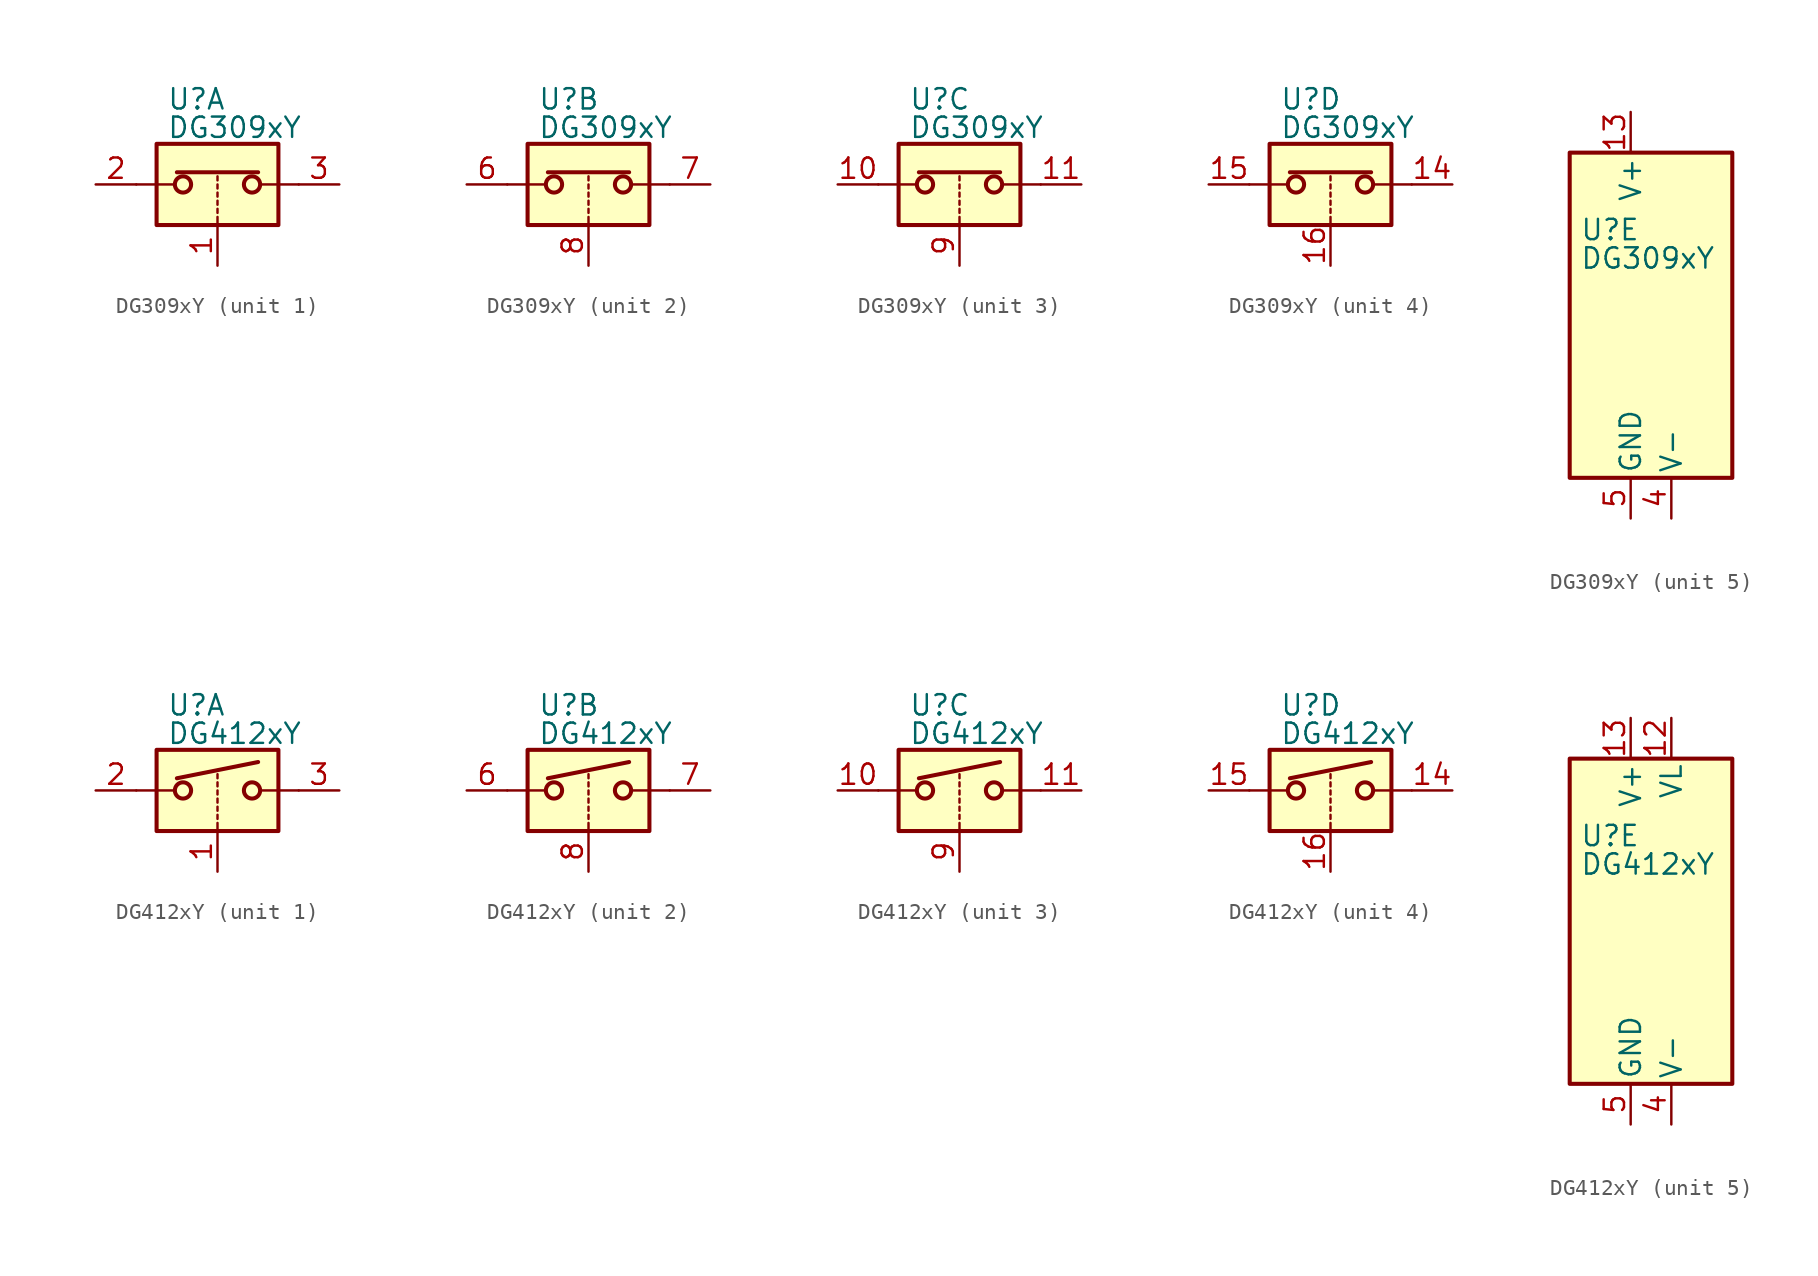
<source format=kicad_sym>
(kicad_symbol_lib
  (version 20201005)
  (generator kicad_symbol_editor)
  (symbol "DG309xY"
    (pin_names
      (offset 0.254))
    (property "Reference" "U"
      (at -3.175 5.334 0)
      (effects (font (size 1.27 1.27)) (justify left)))
    (property "Value" "DG309xY"
      (at -3.175 3.556 0)
      (effects (font (size 1.27 1.27)) (justify left)))
    (symbol "DG309xY_1_1"
      (circle (center -2.159 0) (radius 0.508) (stroke (width 0.254)) (fill (type none)))
      (circle (center 2.159 0) (radius 0.508) (stroke (width 0.254)) (fill (type none)))
      (rectangle (start -3.81 2.54) (end 3.81 -2.54) (stroke (width 0.254)) (fill (type background)))
      (polyline (pts (xy -5.08 0) (xy -2.794 0)) (stroke (width 0)) (fill (type none)))
      (polyline (pts (xy -2.54 0.762) (xy 2.54 0.762)) (stroke (width 0.254)) (fill (type none)))
      (polyline (pts (xy 0 -2.54) (xy 0 -2.032)) (stroke (width 0)) (fill (type none)))
      (polyline (pts (xy 0 -1.778) (xy 0 -1.524)) (stroke (width 0)) (fill (type none)))
      (polyline (pts (xy 0 -1.27) (xy 0 -1.016)) (stroke (width 0)) (fill (type none)))
      (polyline (pts (xy 0 -0.762) (xy 0 -0.508)) (stroke (width 0)) (fill (type none)))
      (polyline (pts (xy 0 -0.254) (xy 0 0)) (stroke (width 0)) (fill (type none)))
      (polyline (pts (xy 0 0.254) (xy 0 0.508)) (stroke (width 0)) (fill (type none)))
      (polyline (pts (xy 5.08 0) (xy 2.794 0)) (stroke (width 0)) (fill (type none)))
      (pin input line (at 0 -5.08 90) (length 2.54) (name "~" (effects (font (size 1.27 1.27)))) (number "1" (effects (font (size 1.27 1.27)))))
      (pin passive line (at -7.62 0 0) (length 2.54) (name "~" (effects (font (size 1.27 1.27)))) (number "2" (effects (font (size 1.27 1.27)))))
      (pin passive line (at 7.62 0 180) (length 2.54) (name "~" (effects (font (size 1.27 1.27)))) (number "3" (effects (font (size 1.27 1.27))))))
    (symbol "DG309xY_2_1"
      (circle (center -2.159 0) (radius 0.508) (stroke (width 0.254)) (fill (type none)))
      (circle (center 2.159 0) (radius 0.508) (stroke (width 0.254)) (fill (type none)))
      (rectangle (start -3.81 2.54) (end 3.81 -2.54) (stroke (width 0.254)) (fill (type background)))
      (polyline (pts (xy -5.08 0) (xy -2.794 0)) (stroke (width 0)) (fill (type none)))
      (polyline (pts (xy -2.54 0.762) (xy 2.54 0.762)) (stroke (width 0.254)) (fill (type none)))
      (polyline (pts (xy 0 -2.54) (xy 0 -2.032)) (stroke (width 0)) (fill (type none)))
      (polyline (pts (xy 0 -1.778) (xy 0 -1.524)) (stroke (width 0)) (fill (type none)))
      (polyline (pts (xy 0 -1.27) (xy 0 -1.016)) (stroke (width 0)) (fill (type none)))
      (polyline (pts (xy 0 -0.762) (xy 0 -0.508)) (stroke (width 0)) (fill (type none)))
      (polyline (pts (xy 0 -0.254) (xy 0 0)) (stroke (width 0)) (fill (type none)))
      (polyline (pts (xy 0 0.254) (xy 0 0.508)) (stroke (width 0)) (fill (type none)))
      (polyline (pts (xy 5.08 0) (xy 2.794 0)) (stroke (width 0)) (fill (type none)))
      (pin passive line (at -7.62 0 0) (length 2.54) (name "~" (effects (font (size 1.27 1.27)))) (number "6" (effects (font (size 1.27 1.27)))))
      (pin passive line (at 7.62 0 180) (length 2.54) (name "~" (effects (font (size 1.27 1.27)))) (number "7" (effects (font (size 1.27 1.27)))))
      (pin input line (at 0 -5.08 90) (length 2.54) (name "~" (effects (font (size 1.27 1.27)))) (number "8" (effects (font (size 1.27 1.27))))))
    (symbol "DG309xY_3_1"
      (circle (center -2.159 0) (radius 0.508) (stroke (width 0.254)) (fill (type none)))
      (circle (center 2.159 0) (radius 0.508) (stroke (width 0.254)) (fill (type none)))
      (rectangle (start -3.81 2.54) (end 3.81 -2.54) (stroke (width 0.254)) (fill (type background)))
      (polyline (pts (xy -5.08 0) (xy -2.794 0)) (stroke (width 0)) (fill (type none)))
      (polyline (pts (xy -2.54 0.762) (xy 2.54 0.762)) (stroke (width 0.254)) (fill (type none)))
      (polyline (pts (xy 0 -2.54) (xy 0 -2.032)) (stroke (width 0)) (fill (type none)))
      (polyline (pts (xy 0 -1.778) (xy 0 -1.524)) (stroke (width 0)) (fill (type none)))
      (polyline (pts (xy 0 -1.27) (xy 0 -1.016)) (stroke (width 0)) (fill (type none)))
      (polyline (pts (xy 0 -0.762) (xy 0 -0.508)) (stroke (width 0)) (fill (type none)))
      (polyline (pts (xy 0 -0.254) (xy 0 0)) (stroke (width 0)) (fill (type none)))
      (polyline (pts (xy 0 0.254) (xy 0 0.508)) (stroke (width 0)) (fill (type none)))
      (polyline (pts (xy 5.08 0) (xy 2.794 0)) (stroke (width 0)) (fill (type none)))
      (pin passive line (at -7.62 0 0) (length 2.54) (name "~" (effects (font (size 1.27 1.27)))) (number "10" (effects (font (size 1.27 1.27)))))
      (pin passive line (at 7.62 0 180) (length 2.54) (name "~" (effects (font (size 1.27 1.27)))) (number "11" (effects (font (size 1.27 1.27)))))
      (pin input line (at 0 -5.08 90) (length 2.54) (name "~" (effects (font (size 1.27 1.27)))) (number "9" (effects (font (size 1.27 1.27))))))
    (symbol "DG309xY_4_1"
      (circle (center -2.159 0) (radius 0.508) (stroke (width 0.254)) (fill (type none)))
      (circle (center 2.159 0) (radius 0.508) (stroke (width 0.254)) (fill (type none)))
      (rectangle (start -3.81 2.54) (end 3.81 -2.54) (stroke (width 0.254)) (fill (type background)))
      (polyline (pts (xy -5.08 0) (xy -2.794 0)) (stroke (width 0)) (fill (type none)))
      (polyline (pts (xy -2.54 0.762) (xy 2.54 0.762)) (stroke (width 0.254)) (fill (type none)))
      (polyline (pts (xy 0 -2.54) (xy 0 -2.032)) (stroke (width 0)) (fill (type none)))
      (polyline (pts (xy 0 -1.778) (xy 0 -1.524)) (stroke (width 0)) (fill (type none)))
      (polyline (pts (xy 0 -1.27) (xy 0 -1.016)) (stroke (width 0)) (fill (type none)))
      (polyline (pts (xy 0 -0.762) (xy 0 -0.508)) (stroke (width 0)) (fill (type none)))
      (polyline (pts (xy 0 -0.254) (xy 0 0)) (stroke (width 0)) (fill (type none)))
      (polyline (pts (xy 0 0.254) (xy 0 0.508)) (stroke (width 0)) (fill (type none)))
      (polyline (pts (xy 5.08 0) (xy 2.794 0)) (stroke (width 0)) (fill (type none)))
      (pin passive line (at 7.62 0 180) (length 2.54) (name "~" (effects (font (size 1.27 1.27)))) (number "14" (effects (font (size 1.27 1.27)))))
      (pin passive line (at -7.62 0 0) (length 2.54) (name "~" (effects (font (size 1.27 1.27)))) (number "15" (effects (font (size 1.27 1.27)))))
      (pin input line (at 0 -5.08 90) (length 2.54) (name "~" (effects (font (size 1.27 1.27)))) (number "16" (effects (font (size 1.27 1.27))))))
    (symbol "DG309xY_5_0"
      (pin no_connect line (at 2.54 10.16 270) (length 2.54) hide (name "NC" (effects (font (size 1.27 1.27)))) (number "12" (effects (font (size 1.27 1.27)))))
      (pin power_in line (at 0 12.7 270) (length 2.54) (name "V+" (effects (font (size 1.27 1.27)))) (number "13" (effects (font (size 1.27 1.27)))))
      (pin power_in line (at 2.54 -12.7 90) (length 2.54) (name "V-" (effects (font (size 1.27 1.27)))) (number "4" (effects (font (size 1.27 1.27)))))
      (pin power_in line (at 0 -12.7 90) (length 2.54) (name "GND" (effects (font (size 1.27 1.27)))) (number "5" (effects (font (size 1.27 1.27))))))
    (symbol "DG309xY_5_1"
      (rectangle (start -3.81 10.16) (end 6.35 -10.16) (stroke (width 0.254)) (fill (type background)))))
  (symbol "DG412xY"
    (pin_names
      (offset 0.254))
    (property "Reference" "U"
      (at -3.175 5.334 0)
      (effects (font (size 1.27 1.27)) (justify left)))
    (property "Value" "DG412xY"
      (at -3.175 3.556 0)
      (effects (font (size 1.27 1.27)) (justify left)))
    (symbol "DG412xY_1_1"
      (circle (center -2.159 0) (radius 0.508) (stroke (width 0.254)) (fill (type none)))
      (circle (center 2.159 0) (radius 0.508) (stroke (width 0.254)) (fill (type none)))
      (rectangle (start -3.81 2.54) (end 3.81 -2.54) (stroke (width 0.254)) (fill (type background)))
      (polyline (pts (xy -5.08 0) (xy -2.794 0)) (stroke (width 0)) (fill (type none)))
      (polyline (pts (xy -2.54 0.762) (xy 2.54 1.778)) (stroke (width 0.254)) (fill (type none)))
      (polyline (pts (xy 0 -2.54) (xy 0 -2.032)) (stroke (width 0)) (fill (type none)))
      (polyline (pts (xy 0 -1.778) (xy 0 -1.524)) (stroke (width 0)) (fill (type none)))
      (polyline (pts (xy 0 -1.27) (xy 0 -1.016)) (stroke (width 0)) (fill (type none)))
      (polyline (pts (xy 0 -0.762) (xy 0 -0.508)) (stroke (width 0)) (fill (type none)))
      (polyline (pts (xy 0 -0.254) (xy 0 0)) (stroke (width 0)) (fill (type none)))
      (polyline (pts (xy 0 0.254) (xy 0 0.508)) (stroke (width 0)) (fill (type none)))
      (polyline (pts (xy 0 0.762) (xy 0 1.016)) (stroke (width 0)) (fill (type none)))
      (polyline (pts (xy 5.08 0) (xy 2.794 0)) (stroke (width 0)) (fill (type none)))
      (pin input line (at 0 -5.08 90) (length 2.54) (name "~" (effects (font (size 1.27 1.27)))) (number "1" (effects (font (size 1.27 1.27)))))
      (pin passive line (at -7.62 0 0) (length 2.54) (name "~" (effects (font (size 1.27 1.27)))) (number "2" (effects (font (size 1.27 1.27)))))
      (pin passive line (at 7.62 0 180) (length 2.54) (name "~" (effects (font (size 1.27 1.27)))) (number "3" (effects (font (size 1.27 1.27))))))
    (symbol "DG412xY_2_1"
      (circle (center -2.159 0) (radius 0.508) (stroke (width 0.254)) (fill (type none)))
      (circle (center 2.159 0) (radius 0.508) (stroke (width 0.254)) (fill (type none)))
      (rectangle (start -3.81 2.54) (end 3.81 -2.54) (stroke (width 0.254)) (fill (type background)))
      (polyline (pts (xy -5.08 0) (xy -2.794 0)) (stroke (width 0)) (fill (type none)))
      (polyline (pts (xy -2.54 0.762) (xy 2.54 1.778)) (stroke (width 0.254)) (fill (type none)))
      (polyline (pts (xy 0 -2.54) (xy 0 -2.032)) (stroke (width 0)) (fill (type none)))
      (polyline (pts (xy 0 -1.778) (xy 0 -1.524)) (stroke (width 0)) (fill (type none)))
      (polyline (pts (xy 0 -1.27) (xy 0 -1.016)) (stroke (width 0)) (fill (type none)))
      (polyline (pts (xy 0 -0.762) (xy 0 -0.508)) (stroke (width 0)) (fill (type none)))
      (polyline (pts (xy 0 -0.254) (xy 0 0)) (stroke (width 0)) (fill (type none)))
      (polyline (pts (xy 0 0.254) (xy 0 0.508)) (stroke (width 0)) (fill (type none)))
      (polyline (pts (xy 0 0.762) (xy 0 1.016)) (stroke (width 0)) (fill (type none)))
      (polyline (pts (xy 5.08 0) (xy 2.794 0)) (stroke (width 0)) (fill (type none)))
      (pin passive line (at -7.62 0 0) (length 2.54) (name "~" (effects (font (size 1.27 1.27)))) (number "6" (effects (font (size 1.27 1.27)))))
      (pin passive line (at 7.62 0 180) (length 2.54) (name "~" (effects (font (size 1.27 1.27)))) (number "7" (effects (font (size 1.27 1.27)))))
      (pin input line (at 0 -5.08 90) (length 2.54) (name "~" (effects (font (size 1.27 1.27)))) (number "8" (effects (font (size 1.27 1.27))))))
    (symbol "DG412xY_3_1"
      (circle (center -2.159 0) (radius 0.508) (stroke (width 0.254)) (fill (type none)))
      (circle (center 2.159 0) (radius 0.508) (stroke (width 0.254)) (fill (type none)))
      (rectangle (start -3.81 2.54) (end 3.81 -2.54) (stroke (width 0.254)) (fill (type background)))
      (polyline (pts (xy -5.08 0) (xy -2.794 0)) (stroke (width 0)) (fill (type none)))
      (polyline (pts (xy -2.54 0.762) (xy 2.54 1.778)) (stroke (width 0.254)) (fill (type none)))
      (polyline (pts (xy 0 -2.54) (xy 0 -2.032)) (stroke (width 0)) (fill (type none)))
      (polyline (pts (xy 0 -1.778) (xy 0 -1.524)) (stroke (width 0)) (fill (type none)))
      (polyline (pts (xy 0 -1.27) (xy 0 -1.016)) (stroke (width 0)) (fill (type none)))
      (polyline (pts (xy 0 -0.762) (xy 0 -0.508)) (stroke (width 0)) (fill (type none)))
      (polyline (pts (xy 0 -0.254) (xy 0 0)) (stroke (width 0)) (fill (type none)))
      (polyline (pts (xy 0 0.254) (xy 0 0.508)) (stroke (width 0)) (fill (type none)))
      (polyline (pts (xy 0 0.762) (xy 0 1.016)) (stroke (width 0)) (fill (type none)))
      (polyline (pts (xy 5.08 0) (xy 2.794 0)) (stroke (width 0)) (fill (type none)))
      (pin passive line (at -7.62 0 0) (length 2.54) (name "~" (effects (font (size 1.27 1.27)))) (number "10" (effects (font (size 1.27 1.27)))))
      (pin passive line (at 7.62 0 180) (length 2.54) (name "~" (effects (font (size 1.27 1.27)))) (number "11" (effects (font (size 1.27 1.27)))))
      (pin input line (at 0 -5.08 90) (length 2.54) (name "~" (effects (font (size 1.27 1.27)))) (number "9" (effects (font (size 1.27 1.27))))))
    (symbol "DG412xY_4_1"
      (circle (center -2.159 0) (radius 0.508) (stroke (width 0.254)) (fill (type none)))
      (circle (center 2.159 0) (radius 0.508) (stroke (width 0.254)) (fill (type none)))
      (rectangle (start -3.81 2.54) (end 3.81 -2.54) (stroke (width 0.254)) (fill (type background)))
      (polyline (pts (xy -5.08 0) (xy -2.794 0)) (stroke (width 0)) (fill (type none)))
      (polyline (pts (xy -2.54 0.762) (xy 2.54 1.778)) (stroke (width 0.254)) (fill (type none)))
      (polyline (pts (xy 0 -2.54) (xy 0 -2.032)) (stroke (width 0)) (fill (type none)))
      (polyline (pts (xy 0 -1.778) (xy 0 -1.524)) (stroke (width 0)) (fill (type none)))
      (polyline (pts (xy 0 -1.27) (xy 0 -1.016)) (stroke (width 0)) (fill (type none)))
      (polyline (pts (xy 0 -0.762) (xy 0 -0.508)) (stroke (width 0)) (fill (type none)))
      (polyline (pts (xy 0 -0.254) (xy 0 0)) (stroke (width 0)) (fill (type none)))
      (polyline (pts (xy 0 0.254) (xy 0 0.508)) (stroke (width 0)) (fill (type none)))
      (polyline (pts (xy 0 0.762) (xy 0 1.016)) (stroke (width 0)) (fill (type none)))
      (polyline (pts (xy 5.08 0) (xy 2.794 0)) (stroke (width 0)) (fill (type none)))
      (pin passive line (at 7.62 0 180) (length 2.54) (name "~" (effects (font (size 1.27 1.27)))) (number "14" (effects (font (size 1.27 1.27)))))
      (pin passive line (at -7.62 0 0) (length 2.54) (name "~" (effects (font (size 1.27 1.27)))) (number "15" (effects (font (size 1.27 1.27)))))
      (pin input line (at 0 -5.08 90) (length 2.54) (name "~" (effects (font (size 1.27 1.27)))) (number "16" (effects (font (size 1.27 1.27))))))
    (symbol "DG412xY_5_0"
      (pin power_in line (at 2.54 12.7 270) (length 2.54) (name "VL" (effects (font (size 1.27 1.27)))) (number "12" (effects (font (size 1.27 1.27)))))
      (pin power_in line (at 0 12.7 270) (length 2.54) (name "V+" (effects (font (size 1.27 1.27)))) (number "13" (effects (font (size 1.27 1.27)))))
      (pin power_in line (at 2.54 -12.7 90) (length 2.54) (name "V-" (effects (font (size 1.27 1.27)))) (number "4" (effects (font (size 1.27 1.27)))))
      (pin power_in line (at 0 -12.7 90) (length 2.54) (name "GND" (effects (font (size 1.27 1.27)))) (number "5" (effects (font (size 1.27 1.27))))))
    (symbol "DG412xY_5_1"
      (rectangle (start -3.81 10.16) (end 6.35 -10.16) (stroke (width 0.254)) (fill (type background))))))
</source>
